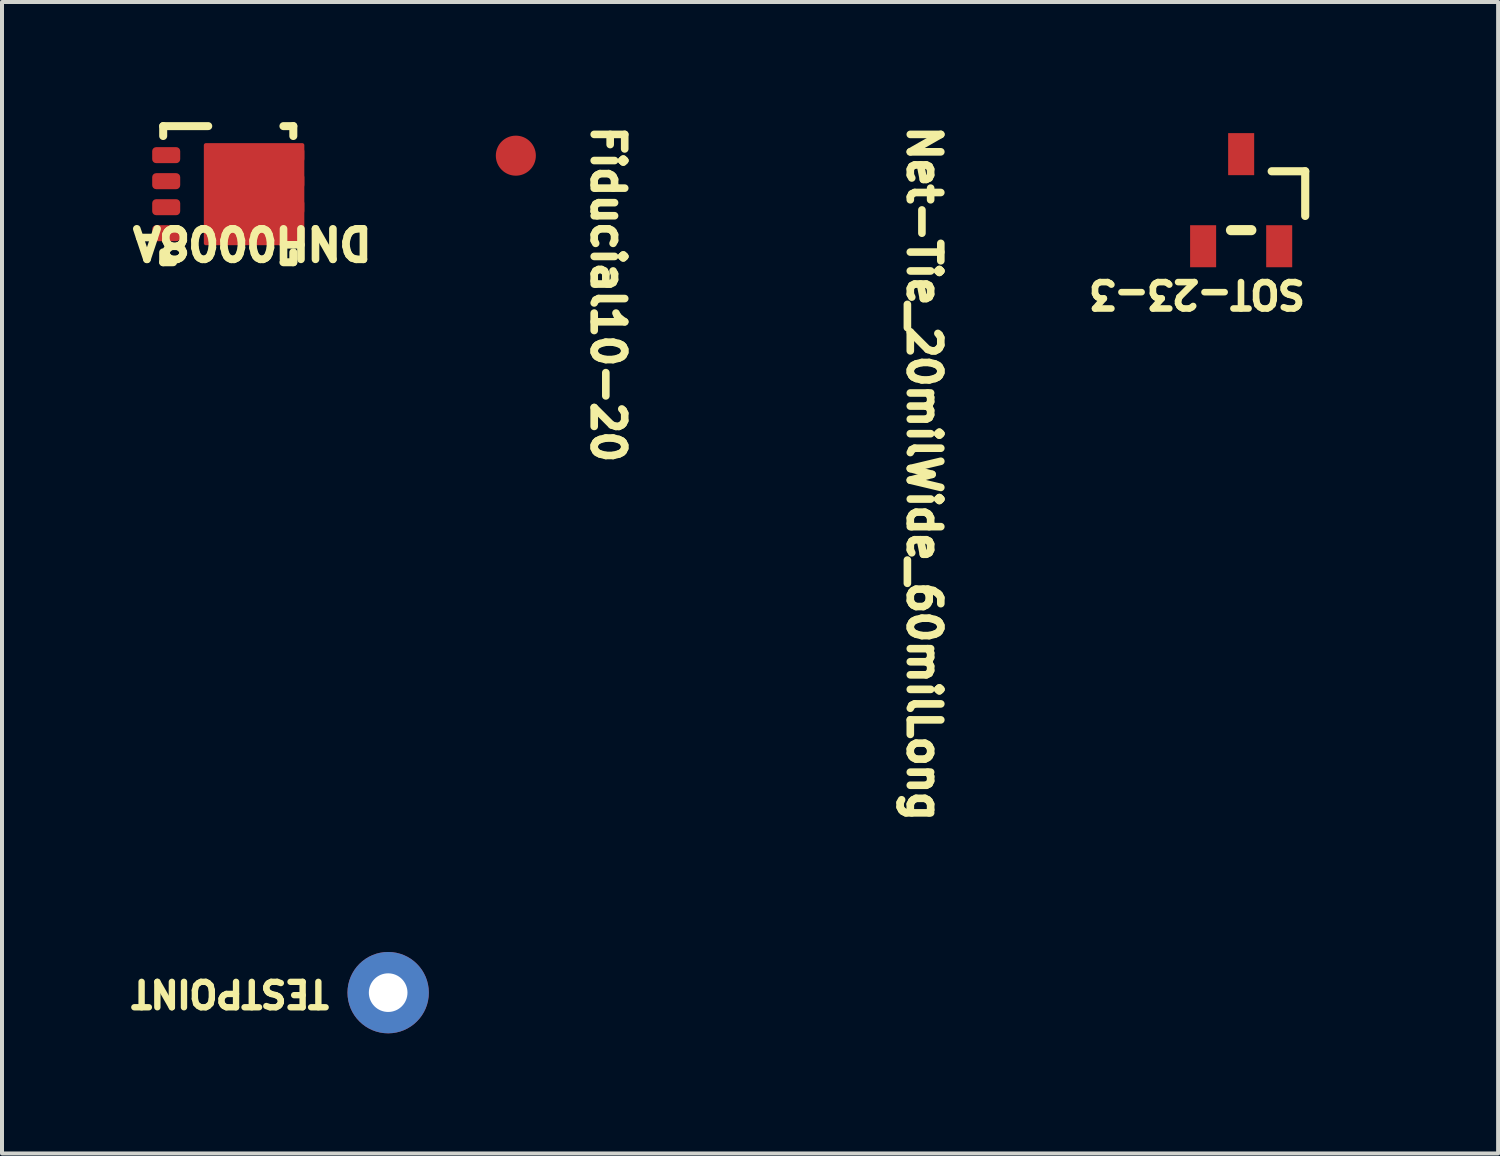
<source format=kicad_pcb>
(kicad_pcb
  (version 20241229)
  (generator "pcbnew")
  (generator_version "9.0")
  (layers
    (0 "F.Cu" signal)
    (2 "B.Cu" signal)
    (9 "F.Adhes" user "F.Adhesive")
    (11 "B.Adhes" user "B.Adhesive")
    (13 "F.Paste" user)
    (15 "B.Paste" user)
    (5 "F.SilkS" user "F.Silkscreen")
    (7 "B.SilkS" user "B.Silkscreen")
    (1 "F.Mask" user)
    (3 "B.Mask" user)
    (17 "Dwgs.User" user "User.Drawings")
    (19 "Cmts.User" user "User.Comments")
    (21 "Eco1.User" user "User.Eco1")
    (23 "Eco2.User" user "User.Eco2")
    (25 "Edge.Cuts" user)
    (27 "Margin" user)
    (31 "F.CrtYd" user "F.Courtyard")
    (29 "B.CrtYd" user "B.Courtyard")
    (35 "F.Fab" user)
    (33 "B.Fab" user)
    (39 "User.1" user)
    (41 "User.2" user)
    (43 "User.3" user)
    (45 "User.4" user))
  (footprint "Net-Tie_20milWide_60milLong"
    (layer "F.Cu")
    (at 17.545 0.267)
    (property "Reference" "Net-Tie_20milWide_60milLong" (at 2.038 -0.267 270) (unlocked yes) (layer "F.SilkS") (effects (font (size 0.762 0.762) (thickness 0.254) (bold yes)) (justify left bottom)))
    (pad "1" smd rect (at -0.762 0) (size 1.524 0.508) (layers "In2.Cu"))
    (pad "2" smd rect (at 0.762 0) (size 1.524 0.508) (layers "In2.Cu")))
  (footprint "SOT-23-3"
    (layer "F.Cu")
    (at 27.95 1.95)
    (property "Reference" "SOT-23-3" (at 1.676 1.956 180) (unlocked yes) (layer "F.SilkS") (effects (font (size 0.66 0.66) (thickness 0.254) (bold yes)) (justify left bottom)))
    (fp_line (start 0.254 0.748) (end -0.254 0.748) (stroke (width 0.254) (type solid)) (layer "F.SilkS"))
    (fp_line (start 1.6 -0.722) (end 0.762 -0.722) (stroke (width 0.203) (type solid)) (layer "F.SilkS"))
    (fp_line (start 1.6 0.394) (end 1.6 -0.722) (stroke (width 0.203) (type solid)) (layer "F.SilkS"))
    (fp_line (start -1.8 1.9) (end -1.8 -1.9) (stroke (width 0.1) (type solid)) (layer "Eco1.User"))
    (fp_line (start 0 0.5) (end 0 -0.5) (stroke (width 0.1) (type solid)) (layer "Eco1.User"))
    (fp_line (start 0.5 0) (end -0.5 0) (stroke (width 0.1) (type solid)) (layer "Eco1.User"))
    (fp_line (start 1.8 -1.9) (end -1.8 -1.9) (stroke (width 0.1) (type solid)) (layer "Eco1.User"))
    (fp_line (start 1.8 1.9) (end -1.8 1.9) (stroke (width 0.1) (type solid)) (layer "Eco1.User"))
    (fp_line (start 1.8 1.9) (end 1.8 -1.9) (stroke (width 0.1) (type solid)) (layer "Eco1.User"))
    (fp_line (start -1.346 0.584) (end -1.346 -0.584) (stroke (width 0.1) (type solid)) (layer "Eco2.User"))
    (fp_line (start -1.13 1.168) (end -1.13 0.584) (stroke (width 0.1) (type solid)) (layer "Eco2.User"))
    (fp_line (start -0.775 1.168) (end -1.13 1.168) (stroke (width 0.1) (type solid)) (layer "Eco2.User"))
    (fp_line (start -0.775 1.168) (end -0.775 0.584) (stroke (width 0.1) (type solid)) (layer "Eco2.User"))
    (fp_line (start -0.175 -0.584) (end -0.175 -1.168) (stroke (width 0.1) (type solid)) (layer "Eco2.User"))
    (fp_line (start 0.18 -1.168) (end -0.175 -1.168) (stroke (width 0.1) (type solid)) (layer "Eco2.User"))
    (fp_line (start 0.18 -0.584) (end 0.18 -1.168) (stroke (width 0.1) (type solid)) (layer "Eco2.User"))
    (fp_line (start 0.77 1.168) (end 0.77 0.584) (stroke (width 0.1) (type solid)) (layer "Eco2.User"))
    (fp_line (start 1.125 1.168) (end 0.77 1.168) (stroke (width 0.1) (type solid)) (layer "Eco2.User"))
    (fp_line (start 1.125 1.168) (end 1.125 0.584) (stroke (width 0.1) (type solid)) (layer "Eco2.User"))
    (fp_line (start 1.346 -0.584) (end -1.346 -0.584) (stroke (width 0.1) (type solid)) (layer "Eco2.User"))
    (fp_line (start 1.346 0.584) (end -1.346 0.584) (stroke (width 0.1) (type solid)) (layer "Eco2.User"))
    (fp_line (start 1.346 0.584) (end 1.346 -0.584) (stroke (width 0.1) (type solid)) (layer "Eco2.User"))
    (fp_text user "${REFERENCE}" (at 0.686 -0.381 180) (unlocked yes) (layer "Eco2.User") (effects (font (size 0.635 0.635) (thickness 0.15) (bold yes))))
    (pad "1" smd rect (at -0.95 1.15) (size 0.65 1.05) (layers "F.Cu" "F.Mask" "F.Paste"))
    (pad "2" smd rect (at 0.95 1.15) (size 0.65 1.05) (layers "F.Cu" "F.Mask" "F.Paste"))
    (pad "3" smd rect (at 0 -1.15) (size 0.65 1.05) (layers "F.Cu" "F.Mask" "F.Paste")))
  (footprint "TESTPOINT"
    (layer "F.Cu")
    (at 6.645 21.743)
    (property "Reference" "TESTPOINT" (at -1.397 -0.356 180) (unlocked yes) (layer "F.SilkS") (effects (font (size 0.635 0.635) (thickness 0.178)) (justify left bottom)))
    (pad "1" thru_hole circle (at 0 0) (size 2.032 2.032) (drill 0.965) (layers "*.Cu" "*.Mask")))
  (footprint "DNH0008A"
    (layer "F.Cu")
    (at 2.651 1.8)
    (property "Reference" "DNH0008A" (at 3.683 0.762 180) (unlocked yes) (layer "F.SilkS") (effects (font (size 0.762 0.762) (thickness 0.254) (bold yes)) (justify left bottom)))
    (fp_line (start -1.625 -1.7) (end -1.625 -1.453) (stroke (width 0.2) (type solid)) (layer "F.SilkS"))
    (fp_line (start -1.625 1.453) (end -1.625 1.7) (stroke (width 0.2) (type solid)) (layer "F.SilkS"))
    (fp_line (start -1.378 1.7) (end -1.625 1.7) (stroke (width 0.2) (type solid)) (layer "F.SilkS"))
    (fp_line (start -0.5 -1.7) (end -1.625 -1.7) (stroke (width 0.2) (type solid)) (layer "F.SilkS"))
    (fp_line (start 1.625 -1.7) (end 1.378 -1.7) (stroke (width 0.2) (type solid)) (layer "F.SilkS"))
    (fp_line (start 1.625 -1.7) (end 1.625 -1.453) (stroke (width 0.2) (type solid)) (layer "F.SilkS"))
    (fp_line (start 1.625 1.453) (end 1.625 1.7) (stroke (width 0.2) (type solid)) (layer "F.SilkS"))
    (fp_line (start 1.625 1.7) (end 1.378 1.7) (stroke (width 0.2) (type solid)) (layer "F.SilkS"))
    (fp_poly (pts (xy -0.511 -1.176) (xy -0.511 -0.149) (xy 0.096 -0.149) (xy 0.096 -1.176)) (stroke (width 0.099) (type solid)) (fill yes) (layer "F.Paste"))
    (fp_poly (pts (xy -0.511 0.149) (xy -0.511 1.176) (xy 0.096 1.176) (xy 0.096 0.149)) (stroke (width 0.099) (type solid)) (fill yes) (layer "F.Paste"))
    (fp_poly (pts (xy 1.001 -0.149) (xy 1.001 -1.176) (xy 0.394 -1.176) (xy 0.394 -0.149)) (stroke (width 0.099) (type solid)) (fill yes) (layer "F.Paste"))
    (fp_poly (pts (xy 1.001 1.176) (xy 1.001 0.149) (xy 0.394 0.149) (xy 0.394 1.176)) (stroke (width 0.099) (type solid)) (fill yes) (layer "F.Paste"))
    (fp_line (start -1.637 -1.131) (end -1.637 -0.831) (stroke (width 0.1) (type solid)) (layer "User.5"))
    (fp_line (start -1.637 -0.481) (end -1.637 -0.181) (stroke (width 0.1) (type solid)) (layer "User.5"))
    (fp_line (start -1.637 0.169) (end -1.637 0.469) (stroke (width 0.1) (type solid)) (layer "User.5"))
    (fp_line (start -1.637 0.819) (end -1.637 1.119) (stroke (width 0.1) (type solid)) (layer "User.5"))
    (fp_line (start -1.487 -1.581) (end -1.487 -1.131) (stroke (width 0.1) (type solid)) (layer "User.5"))
    (fp_line (start -1.487 -0.831) (end -1.487 -0.481) (stroke (width 0.1) (type solid)) (layer "User.5"))
    (fp_line (start -1.487 -0.181) (end -1.487 0.169) (stroke (width 0.1) (type solid)) (layer "User.5"))
    (fp_line (start -1.487 0.469) (end -1.487 0.819) (stroke (width 0.1) (type solid)) (layer "User.5"))
    (fp_line (start -1.487 1.119) (end -1.487 1.569) (stroke (width 0.1) (type solid)) (layer "User.5"))
    (fp_line (start -1.461 -1.131) (end -1.637 -1.131) (stroke (width 0.1) (type solid)) (layer "User.5"))
    (fp_line (start -1.461 -1.131) (end -1.461 -0.831) (stroke (width 0.1) (type solid)) (layer "User.5"))
    (fp_line (start -1.461 -0.831) (end -1.637 -0.831) (stroke (width 0.1) (type solid)) (layer "User.5"))
    (fp_line (start -1.461 -0.481) (end -1.637 -0.481) (stroke (width 0.1) (type solid)) (layer "User.5"))
    (fp_line (start -1.461 -0.481) (end -1.461 -0.181) (stroke (width 0.1) (type solid)) (layer "User.5"))
    (fp_line (start -1.461 -0.181) (end -1.637 -0.181) (stroke (width 0.1) (type solid)) (layer "User.5"))
    (fp_line (start -1.461 0.169) (end -1.637 0.169) (stroke (width 0.1) (type solid)) (layer "User.5"))
    (fp_line (start -1.461 0.169) (end -1.461 0.469) (stroke (width 0.1) (type solid)) (layer "User.5"))
    (fp_line (start -1.461 0.469) (end -1.637 0.469) (stroke (width 0.1) (type solid)) (layer "User.5"))
    (fp_line (start -1.461 0.819) (end -1.637 0.819) (stroke (width 0.1) (type solid)) (layer "User.5"))
    (fp_line (start -1.461 0.819) (end -1.461 1.119) (stroke (width 0.1) (type solid)) (layer "User.5"))
    (fp_line (start -1.461 1.119) (end -1.637 1.119) (stroke (width 0.1) (type solid)) (layer "User.5"))
    (fp_line (start -0.087 -1.661) (end -0.087 -1.554) (stroke (width 0.1) (type solid)) (layer "User.5"))
    (fp_line (start -0.087 -1.581) (end -1.487 -1.581) (stroke (width 0.1) (type solid)) (layer "User.5"))
    (fp_line (start -0.087 1.543) (end -0.087 1.649) (stroke (width 0.1) (type solid)) (layer "User.5"))
    (fp_line (start -0.087 1.569) (end -1.487 1.569) (stroke (width 0.1) (type solid)) (layer "User.5"))
    (fp_line (start 0.113 -1.661) (end -0.087 -1.661) (stroke (width 0.1) (type solid)) (layer "User.5"))
    (fp_line (start 0.113 -1.661) (end 0.113 -1.554) (stroke (width 0.1) (type solid)) (layer "User.5"))
    (fp_line (start 0.113 -1.554) (end -0.087 -1.554) (stroke (width 0.1) (type solid)) (layer "User.5"))
    (fp_line (start 0.113 1.543) (end -0.087 1.543) (stroke (width 0.1) (type solid)) (layer "User.5"))
    (fp_line (start 0.113 1.543) (end 0.113 1.649) (stroke (width 0.1) (type solid)) (layer "User.5"))
    (fp_line (start 0.113 1.649) (end -0.087 1.649) (stroke (width 0.1) (type solid)) (layer "User.5"))
    (fp_line (start 1.486 -1.131) (end 1.486 -0.831) (stroke (width 0.1) (type solid)) (layer "User.5"))
    (fp_line (start 1.486 -0.481) (end 1.486 -0.181) (stroke (width 0.1) (type solid)) (layer "User.5"))
    (fp_line (start 1.486 0.169) (end 1.486 0.469) (stroke (width 0.1) (type solid)) (layer "User.5"))
    (fp_line (start 1.486 0.819) (end 1.486 1.119) (stroke (width 0.1) (type solid)) (layer "User.5"))
    (fp_line (start 1.513 -1.581) (end 0.113 -1.581) (stroke (width 0.1) (type solid)) (layer "User.5"))
    (fp_line (start 1.513 -1.581) (end 1.513 -1.131) (stroke (width 0.1) (type solid)) (layer "User.5"))
    (fp_line (start 1.513 -0.831) (end 1.513 -0.481) (stroke (width 0.1) (type solid)) (layer "User.5"))
    (fp_line (start 1.513 -0.181) (end 1.513 0.169) (stroke (width 0.1) (type solid)) (layer "User.5"))
    (fp_line (start 1.513 0.469) (end 1.513 0.819) (stroke (width 0.1) (type solid)) (layer "User.5"))
    (fp_line (start 1.513 1.119) (end 1.513 1.569) (stroke (width 0.1) (type solid)) (layer "User.5"))
    (fp_line (start 1.513 1.569) (end 0.113 1.569) (stroke (width 0.1) (type solid)) (layer "User.5"))
    (fp_line (start 1.663 -1.131) (end 1.486 -1.131) (stroke (width 0.1) (type solid)) (layer "User.5"))
    (fp_line (start 1.663 -1.131) (end 1.663 -0.831) (stroke (width 0.1) (type solid)) (layer "User.5"))
    (fp_line (start 1.663 -0.831) (end 1.486 -0.831) (stroke (width 0.1) (type solid)) (layer "User.5"))
    (fp_line (start 1.663 -0.481) (end 1.486 -0.481) (stroke (width 0.1) (type solid)) (layer "User.5"))
    (fp_line (start 1.663 -0.481) (end 1.663 -0.181) (stroke (width 0.1) (type solid)) (layer "User.5"))
    (fp_line (start 1.663 -0.181) (end 1.486 -0.181) (stroke (width 0.1) (type solid)) (layer "User.5"))
    (fp_line (start 1.663 0.169) (end 1.486 0.169) (stroke (width 0.1) (type solid)) (layer "User.5"))
    (fp_line (start 1.663 0.169) (end 1.663 0.469) (stroke (width 0.1) (type solid)) (layer "User.5"))
    (fp_line (start 1.663 0.469) (end 1.486 0.469) (stroke (width 0.1) (type solid)) (layer "User.5"))
    (fp_line (start 1.663 0.819) (end 1.486 0.819) (stroke (width 0.1) (type solid)) (layer "User.5"))
    (fp_line (start 1.663 0.819) (end 1.663 1.119) (stroke (width 0.1) (type solid)) (layer "User.5"))
    (fp_line (start 1.663 1.119) (end 1.486 1.119) (stroke (width 0.1) (type solid)) (layer "User.5"))
    (fp_text user "${REFERENCE}" (at 0.127 -0.127 180) (unlocked yes) (layer "User.5") (effects (font (size 0.381 0.381) (thickness 0.051))))
    (pad "1" smd roundrect (at -1.55 -0.975 270) (size 0.4 0.7) (layers "F.Cu" "F.Mask" "F.Paste") (roundrect_rratio 0.25))
    (pad "2" smd roundrect (at -1.55 -0.325 270) (size 0.4 0.7) (layers "F.Cu" "F.Mask" "F.Paste") (roundrect_rratio 0.25))
    (pad "3" smd roundrect (at -1.55 0.325 270) (size 0.4 0.7) (layers "F.Cu" "F.Mask" "F.Paste") (roundrect_rratio 0.25))
    (pad "4" smd roundrect (at -1.55 0.975 270) (size 0.4 0.7) (layers "F.Cu" "F.Mask" "F.Paste") (roundrect_rratio 0.25))
    (pad "5" smd roundrect (at 1.55 0.975 270) (size 0.4 0.7) (layers "F.Cu" "F.Mask" "F.Paste") (roundrect_rratio 0.25))
    (pad "6" smd roundrect (at 1.55 0.325 270) (size 0.4 0.7) (layers "F.Cu" "F.Mask" "F.Paste") (roundrect_rratio 0.25))
    (pad "7" smd roundrect (at 1.55 -0.325 270) (size 0.4 0.7) (layers "F.Cu" "F.Mask" "F.Paste") (roundrect_rratio 0.25))
    (pad "8" smd roundrect (at 1.55 -0.975 270) (size 0.4 0.7) (layers "F.Cu" "F.Mask" "F.Paste") (roundrect_rratio 0.25))
    (pad "9" smd roundrect (at 0.645 0) (size 2.51 2.55) (layers "F.Cu" "F.Mask" "F.Paste") (roundrect_rratio 0.02)))
  (footprint "Fiducial10-20"
    (layer "F.Cu")
    (at 9.834 0.838)
    (property "Reference" "Fiducial10-20" (at 1.854 -0.838 270) (unlocked yes) (layer "F.SilkS") (effects (font (size 0.762 0.762) (thickness 0.254) (bold yes)) (justify left bottom)))
    (pad "1" smd circle (at 0 0) (size 1 1) (layers "F.Cu" "F.Mask" "F.Paste")))
  (gr_rect
    (start -3 -3)
    (end 34.368 25.759)
    (stroke (width 0.1) (type default))
    (fill no)
    (layer "Edge.Cuts")))
</source>
